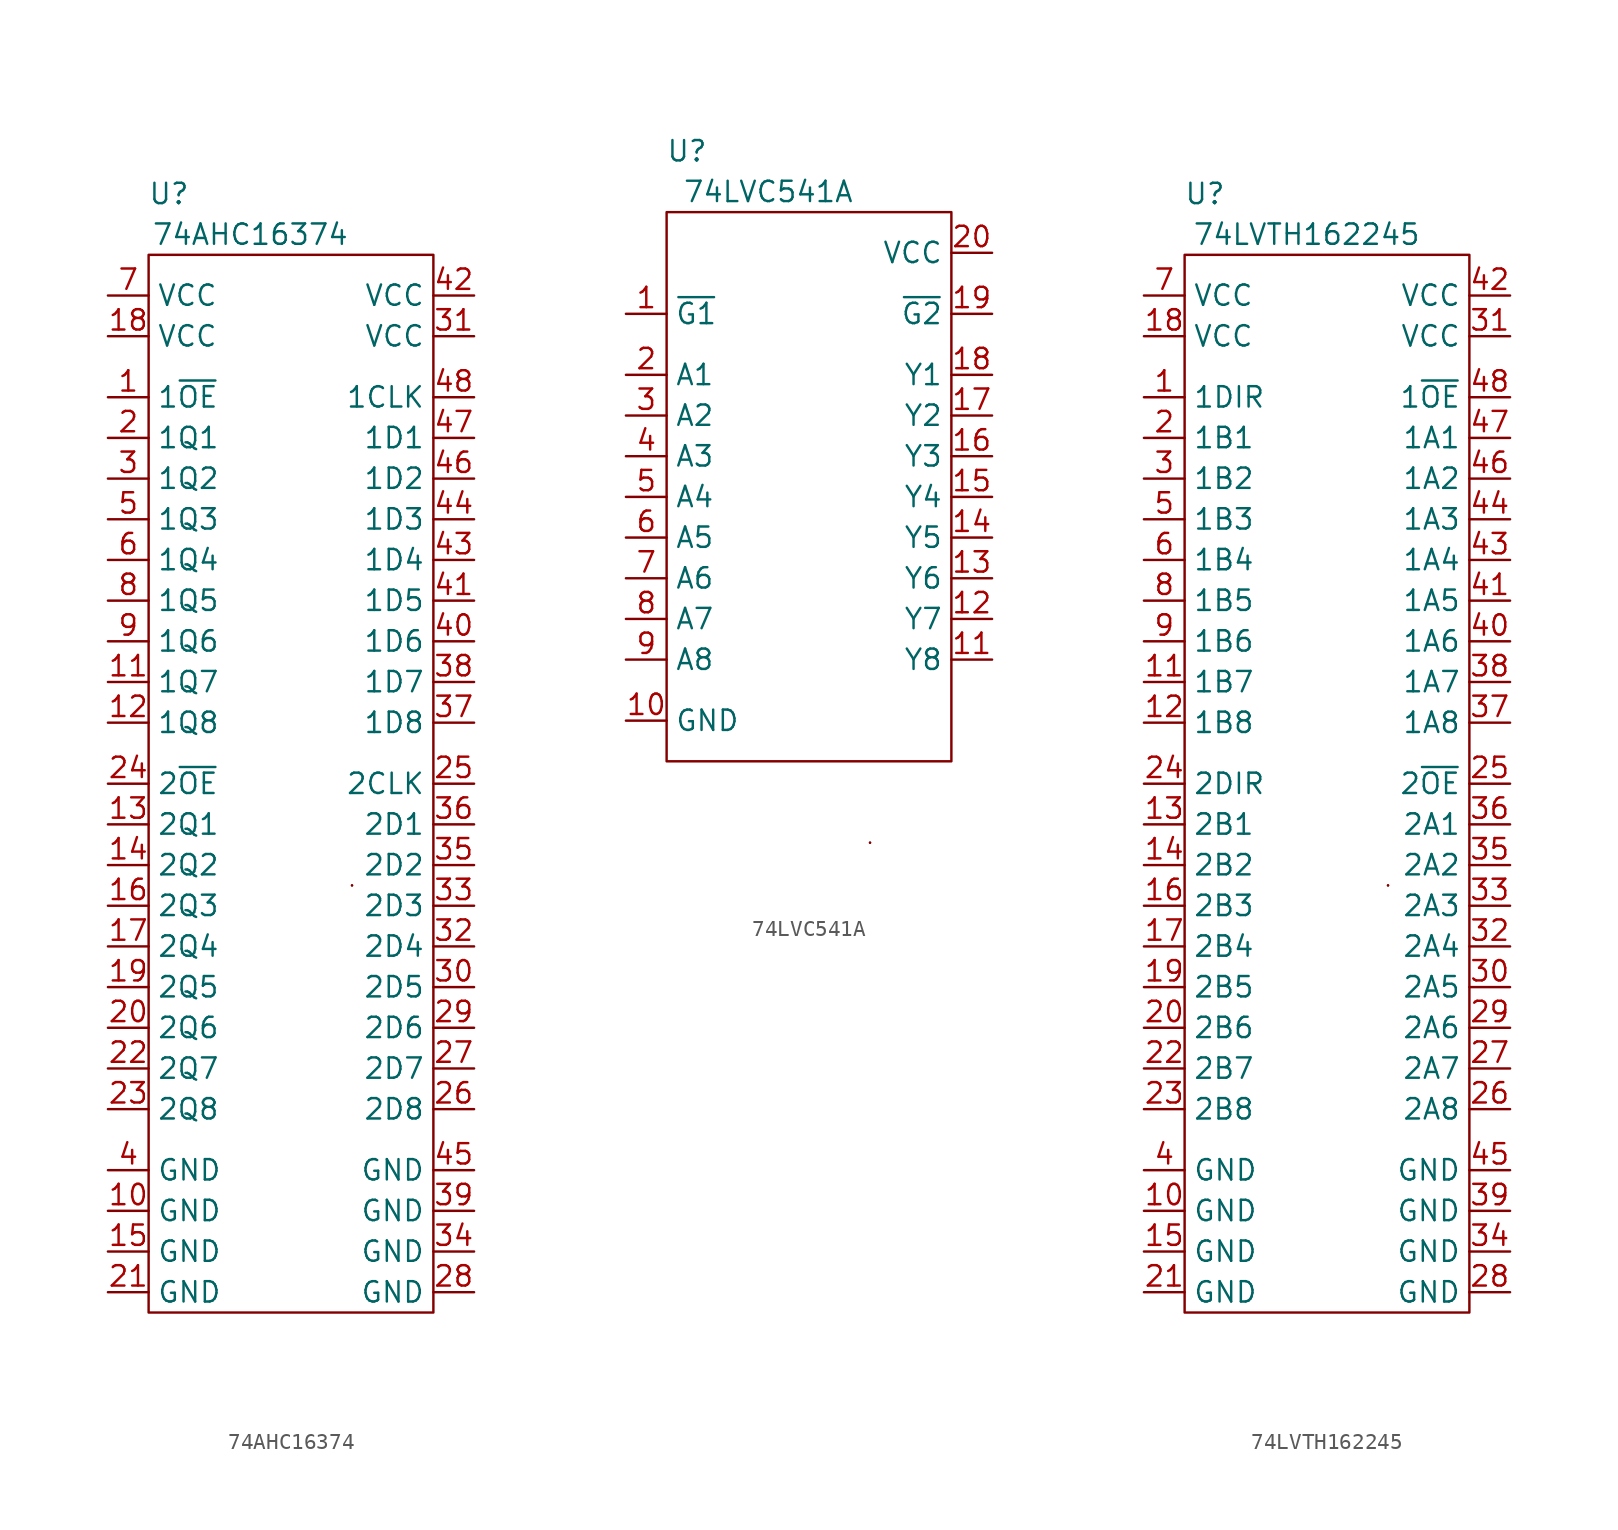
<source format=kicad_sym>
(kicad_symbol_lib
  (version 20211014)
  (generator kicad_symbol_editor)
  (symbol "74AHC16374"
    (property "Reference" "U"
      (at -7.62 5.08 0)
      (effects (font (size 1.27 1.27))))
    (property "Value" "74AHC16374"
      (at -2.54 2.54 0)
      (effects (font (size 1.27 1.27))))
    (symbol "74AHC16374_0_1"
      (rectangle (start -8.89 1.27) (end 8.89 -64.77) (stroke (width 0) (type default) (color 0 0 0 0)) (fill (type none)))
      (rectangle (start 3.81 -38.1) (end 3.81 -38.1) (stroke (width 0) (type default) (color 0 0 0 0)) (fill (type none)))
      (rectangle (start 3.81 -38.1) (end 3.81 -38.1) (stroke (width 0) (type default) (color 0 0 0 0)) (fill (type none))))
    (symbol "74AHC16374_1_1"
      (pin input line (at -11.43 -7.62 0) (length 2.54) (name "1~{OE}" (effects (font (size 1.27 1.27)))) (number "1" (effects (font (size 1.27 1.27)))))
      (pin power_in line (at -11.43 -58.42 0) (length 2.54) (name "GND" (effects (font (size 1.27 1.27)))) (number "10" (effects (font (size 1.27 1.27)))))
      (pin tri_state line (at -11.43 -25.4 0) (length 2.54) (name "1Q7" (effects (font (size 1.27 1.27)))) (number "11" (effects (font (size 1.27 1.27)))))
      (pin tri_state line (at -11.43 -27.94 0) (length 2.54) (name "1Q8" (effects (font (size 1.27 1.27)))) (number "12" (effects (font (size 1.27 1.27)))))
      (pin tri_state line (at -11.43 -34.29 0) (length 2.54) (name "2Q1" (effects (font (size 1.27 1.27)))) (number "13" (effects (font (size 1.27 1.27)))))
      (pin tri_state line (at -11.43 -36.83 0) (length 2.54) (name "2Q2" (effects (font (size 1.27 1.27)))) (number "14" (effects (font (size 1.27 1.27)))))
      (pin power_in line (at -11.43 -60.96 0) (length 2.54) (name "GND" (effects (font (size 1.27 1.27)))) (number "15" (effects (font (size 1.27 1.27)))))
      (pin tri_state line (at -11.43 -39.37 0) (length 2.54) (name "2Q3" (effects (font (size 1.27 1.27)))) (number "16" (effects (font (size 1.27 1.27)))))
      (pin tri_state line (at -11.43 -41.91 0) (length 2.54) (name "2Q4" (effects (font (size 1.27 1.27)))) (number "17" (effects (font (size 1.27 1.27)))))
      (pin power_in line (at -11.43 -3.81 0) (length 2.54) (name "VCC" (effects (font (size 1.27 1.27)))) (number "18" (effects (font (size 1.27 1.27)))))
      (pin tri_state line (at -11.43 -44.45 0) (length 2.54) (name "2Q5" (effects (font (size 1.27 1.27)))) (number "19" (effects (font (size 1.27 1.27)))))
      (pin tri_state line (at -11.43 -10.16 0) (length 2.54) (name "1Q1" (effects (font (size 1.27 1.27)))) (number "2" (effects (font (size 1.27 1.27)))))
      (pin tri_state line (at -11.43 -46.99 0) (length 2.54) (name "2Q6" (effects (font (size 1.27 1.27)))) (number "20" (effects (font (size 1.27 1.27)))))
      (pin power_in line (at -11.43 -63.5 0) (length 2.54) (name "GND" (effects (font (size 1.27 1.27)))) (number "21" (effects (font (size 1.27 1.27)))))
      (pin tri_state line (at -11.43 -49.53 0) (length 2.54) (name "2Q7" (effects (font (size 1.27 1.27)))) (number "22" (effects (font (size 1.27 1.27)))))
      (pin tri_state line (at -11.43 -52.07 0) (length 2.54) (name "2Q8" (effects (font (size 1.27 1.27)))) (number "23" (effects (font (size 1.27 1.27)))))
      (pin input line (at -11.43 -31.75 0) (length 2.54) (name "2~{OE}" (effects (font (size 1.27 1.27)))) (number "24" (effects (font (size 1.27 1.27)))))
      (pin input line (at 11.43 -31.75 180) (length 2.54) (name "2CLK" (effects (font (size 1.27 1.27)))) (number "25" (effects (font (size 1.27 1.27)))))
      (pin input line (at 11.43 -52.07 180) (length 2.54) (name "2D8" (effects (font (size 1.27 1.27)))) (number "26" (effects (font (size 1.27 1.27)))))
      (pin input line (at 11.43 -49.53 180) (length 2.54) (name "2D7" (effects (font (size 1.27 1.27)))) (number "27" (effects (font (size 1.27 1.27)))))
      (pin power_in line (at 11.43 -63.5 180) (length 2.54) (name "GND" (effects (font (size 1.27 1.27)))) (number "28" (effects (font (size 1.27 1.27)))))
      (pin input line (at 11.43 -46.99 180) (length 2.54) (name "2D6" (effects (font (size 1.27 1.27)))) (number "29" (effects (font (size 1.27 1.27)))))
      (pin tri_state line (at -11.43 -12.7 0) (length 2.54) (name "1Q2" (effects (font (size 1.27 1.27)))) (number "3" (effects (font (size 1.27 1.27)))))
      (pin input line (at 11.43 -44.45 180) (length 2.54) (name "2D5" (effects (font (size 1.27 1.27)))) (number "30" (effects (font (size 1.27 1.27)))))
      (pin power_in line (at 11.43 -3.81 180) (length 2.54) (name "VCC" (effects (font (size 1.27 1.27)))) (number "31" (effects (font (size 1.27 1.27)))))
      (pin input line (at 11.43 -41.91 180) (length 2.54) (name "2D4" (effects (font (size 1.27 1.27)))) (number "32" (effects (font (size 1.27 1.27)))))
      (pin input line (at 11.43 -39.37 180) (length 2.54) (name "2D3" (effects (font (size 1.27 1.27)))) (number "33" (effects (font (size 1.27 1.27)))))
      (pin power_in line (at 11.43 -60.96 180) (length 2.54) (name "GND" (effects (font (size 1.27 1.27)))) (number "34" (effects (font (size 1.27 1.27)))))
      (pin input line (at 11.43 -36.83 180) (length 2.54) (name "2D2" (effects (font (size 1.27 1.27)))) (number "35" (effects (font (size 1.27 1.27)))))
      (pin input line (at 11.43 -34.29 180) (length 2.54) (name "2D1" (effects (font (size 1.27 1.27)))) (number "36" (effects (font (size 1.27 1.27)))))
      (pin input line (at 11.43 -27.94 180) (length 2.54) (name "1D8" (effects (font (size 1.27 1.27)))) (number "37" (effects (font (size 1.27 1.27)))))
      (pin input line (at 11.43 -25.4 180) (length 2.54) (name "1D7" (effects (font (size 1.27 1.27)))) (number "38" (effects (font (size 1.27 1.27)))))
      (pin power_in line (at 11.43 -58.42 180) (length 2.54) (name "GND" (effects (font (size 1.27 1.27)))) (number "39" (effects (font (size 1.27 1.27)))))
      (pin power_in line (at -11.43 -55.88 0) (length 2.54) (name "GND" (effects (font (size 1.27 1.27)))) (number "4" (effects (font (size 1.27 1.27)))))
      (pin input line (at 11.43 -22.86 180) (length 2.54) (name "1D6" (effects (font (size 1.27 1.27)))) (number "40" (effects (font (size 1.27 1.27)))))
      (pin input line (at 11.43 -20.32 180) (length 2.54) (name "1D5" (effects (font (size 1.27 1.27)))) (number "41" (effects (font (size 1.27 1.27)))))
      (pin power_in line (at 11.43 -1.27 180) (length 2.54) (name "VCC" (effects (font (size 1.27 1.27)))) (number "42" (effects (font (size 1.27 1.27)))))
      (pin input line (at 11.43 -17.78 180) (length 2.54) (name "1D4" (effects (font (size 1.27 1.27)))) (number "43" (effects (font (size 1.27 1.27)))))
      (pin input line (at 11.43 -15.24 180) (length 2.54) (name "1D3" (effects (font (size 1.27 1.27)))) (number "44" (effects (font (size 1.27 1.27)))))
      (pin power_in line (at 11.43 -55.88 180) (length 2.54) (name "GND" (effects (font (size 1.27 1.27)))) (number "45" (effects (font (size 1.27 1.27)))))
      (pin input line (at 11.43 -12.7 180) (length 2.54) (name "1D2" (effects (font (size 1.27 1.27)))) (number "46" (effects (font (size 1.27 1.27)))))
      (pin input line (at 11.43 -10.16 180) (length 2.54) (name "1D1" (effects (font (size 1.27 1.27)))) (number "47" (effects (font (size 1.27 1.27)))))
      (pin input line (at 11.43 -7.62 180) (length 2.54) (name "1CLK" (effects (font (size 1.27 1.27)))) (number "48" (effects (font (size 1.27 1.27)))))
      (pin tri_state line (at -11.43 -15.24 0) (length 2.54) (name "1Q3" (effects (font (size 1.27 1.27)))) (number "5" (effects (font (size 1.27 1.27)))))
      (pin tri_state line (at -11.43 -17.78 0) (length 2.54) (name "1Q4" (effects (font (size 1.27 1.27)))) (number "6" (effects (font (size 1.27 1.27)))))
      (pin power_in line (at -11.43 -1.27 0) (length 2.54) (name "VCC" (effects (font (size 1.27 1.27)))) (number "7" (effects (font (size 1.27 1.27)))))
      (pin tri_state line (at -11.43 -20.32 0) (length 2.54) (name "1Q5" (effects (font (size 1.27 1.27)))) (number "8" (effects (font (size 1.27 1.27)))))
      (pin tri_state line (at -11.43 -22.86 0) (length 2.54) (name "1Q6" (effects (font (size 1.27 1.27)))) (number "9" (effects (font (size 1.27 1.27)))))))
  (symbol "74LVC541A"
    (property "Reference" "U"
      (at -7.62 5.08 0)
      (effects (font (size 1.27 1.27))))
    (property "Value" "74LVC541A"
      (at -2.54 2.54 0)
      (effects (font (size 1.27 1.27))))
    (symbol "74LVC541A_0_1"
      (rectangle (start -8.89 1.27) (end 8.89 -33.02) (stroke (width 0) (type default) (color 0 0 0 0)) (fill (type none)))
      (rectangle (start 3.81 -38.1) (end 3.81 -38.1) (stroke (width 0) (type default) (color 0 0 0 0)) (fill (type none)))
      (rectangle (start 3.81 -38.1) (end 3.81 -38.1) (stroke (width 0) (type default) (color 0 0 0 0)) (fill (type none))))
    (symbol "74LVC541A_1_1"
      (pin input line (at -11.43 -5.08 0) (length 2.54) (name "~{G1}" (effects (font (size 1.27 1.27)))) (number "1" (effects (font (size 1.27 1.27)))))
      (pin power_in line (at -11.43 -30.48 0) (length 2.54) (name "GND" (effects (font (size 1.27 1.27)))) (number "10" (effects (font (size 1.27 1.27)))))
      (pin tri_state line (at 11.43 -26.67 180) (length 2.54) (name "Y8" (effects (font (size 1.27 1.27)))) (number "11" (effects (font (size 1.27 1.27)))))
      (pin tri_state line (at 11.43 -24.13 180) (length 2.54) (name "Y7" (effects (font (size 1.27 1.27)))) (number "12" (effects (font (size 1.27 1.27)))))
      (pin tri_state line (at 11.43 -21.59 180) (length 2.54) (name "Y6" (effects (font (size 1.27 1.27)))) (number "13" (effects (font (size 1.27 1.27)))))
      (pin tri_state line (at 11.43 -19.05 180) (length 2.54) (name "Y5" (effects (font (size 1.27 1.27)))) (number "14" (effects (font (size 1.27 1.27)))))
      (pin tri_state line (at 11.43 -16.51 180) (length 2.54) (name "Y4" (effects (font (size 1.27 1.27)))) (number "15" (effects (font (size 1.27 1.27)))))
      (pin tri_state line (at 11.43 -13.97 180) (length 2.54) (name "Y3" (effects (font (size 1.27 1.27)))) (number "16" (effects (font (size 1.27 1.27)))))
      (pin tri_state line (at 11.43 -11.43 180) (length 2.54) (name "Y2" (effects (font (size 1.27 1.27)))) (number "17" (effects (font (size 1.27 1.27)))))
      (pin tri_state line (at 11.43 -8.89 180) (length 2.54) (name "Y1" (effects (font (size 1.27 1.27)))) (number "18" (effects (font (size 1.27 1.27)))))
      (pin input line (at 11.43 -5.08 180) (length 2.54) (name "~{G2}" (effects (font (size 1.27 1.27)))) (number "19" (effects (font (size 1.27 1.27)))))
      (pin input line (at -11.43 -8.89 0) (length 2.54) (name "A1" (effects (font (size 1.27 1.27)))) (number "2" (effects (font (size 1.27 1.27)))))
      (pin power_in line (at 11.43 -1.27 180) (length 2.54) (name "VCC" (effects (font (size 1.27 1.27)))) (number "20" (effects (font (size 1.27 1.27)))))
      (pin input line (at -11.43 -11.43 0) (length 2.54) (name "A2" (effects (font (size 1.27 1.27)))) (number "3" (effects (font (size 1.27 1.27)))))
      (pin input line (at -11.43 -13.97 0) (length 2.54) (name "A3" (effects (font (size 1.27 1.27)))) (number "4" (effects (font (size 1.27 1.27)))))
      (pin input line (at -11.43 -16.51 0) (length 2.54) (name "A4" (effects (font (size 1.27 1.27)))) (number "5" (effects (font (size 1.27 1.27)))))
      (pin input line (at -11.43 -19.05 0) (length 2.54) (name "A5" (effects (font (size 1.27 1.27)))) (number "6" (effects (font (size 1.27 1.27)))))
      (pin input line (at -11.43 -21.59 0) (length 2.54) (name "A6" (effects (font (size 1.27 1.27)))) (number "7" (effects (font (size 1.27 1.27)))))
      (pin input line (at -11.43 -24.13 0) (length 2.54) (name "A7" (effects (font (size 1.27 1.27)))) (number "8" (effects (font (size 1.27 1.27)))))
      (pin input line (at -11.43 -26.67 0) (length 2.54) (name "A8" (effects (font (size 1.27 1.27)))) (number "9" (effects (font (size 1.27 1.27)))))))
  (symbol "74LVTH162245"
    (property "Reference" "U"
      (at -7.62 5.08 0)
      (effects (font (size 1.27 1.27))))
    (property "Value" "74LVTH162245"
      (at -1.27 2.54 0)
      (effects (font (size 1.27 1.27))))
    (symbol "74LVTH162245_0_1"
      (rectangle (start -8.89 1.27) (end 8.89 -64.77) (stroke (width 0) (type default) (color 0 0 0 0)) (fill (type none)))
      (rectangle (start 3.81 -38.1) (end 3.81 -38.1) (stroke (width 0) (type default) (color 0 0 0 0)) (fill (type none)))
      (rectangle (start 3.81 -38.1) (end 3.81 -38.1) (stroke (width 0) (type default) (color 0 0 0 0)) (fill (type none))))
    (symbol "74LVTH162245_1_1"
      (pin input line (at -11.43 -7.62 0) (length 2.54) (name "1DIR" (effects (font (size 1.27 1.27)))) (number "1" (effects (font (size 1.27 1.27)))))
      (pin power_in line (at -11.43 -58.42 0) (length 2.54) (name "GND" (effects (font (size 1.27 1.27)))) (number "10" (effects (font (size 1.27 1.27)))))
      (pin bidirectional line (at -11.43 -25.4 0) (length 2.54) (name "1B7" (effects (font (size 1.27 1.27)))) (number "11" (effects (font (size 1.27 1.27)))))
      (pin bidirectional line (at -11.43 -27.94 0) (length 2.54) (name "1B8" (effects (font (size 1.27 1.27)))) (number "12" (effects (font (size 1.27 1.27)))))
      (pin bidirectional line (at -11.43 -34.29 0) (length 2.54) (name "2B1" (effects (font (size 1.27 1.27)))) (number "13" (effects (font (size 1.27 1.27)))))
      (pin bidirectional line (at -11.43 -36.83 0) (length 2.54) (name "2B2" (effects (font (size 1.27 1.27)))) (number "14" (effects (font (size 1.27 1.27)))))
      (pin power_in line (at -11.43 -60.96 0) (length 2.54) (name "GND" (effects (font (size 1.27 1.27)))) (number "15" (effects (font (size 1.27 1.27)))))
      (pin bidirectional line (at -11.43 -39.37 0) (length 2.54) (name "2B3" (effects (font (size 1.27 1.27)))) (number "16" (effects (font (size 1.27 1.27)))))
      (pin bidirectional line (at -11.43 -41.91 0) (length 2.54) (name "2B4" (effects (font (size 1.27 1.27)))) (number "17" (effects (font (size 1.27 1.27)))))
      (pin power_in line (at -11.43 -3.81 0) (length 2.54) (name "VCC" (effects (font (size 1.27 1.27)))) (number "18" (effects (font (size 1.27 1.27)))))
      (pin bidirectional line (at -11.43 -44.45 0) (length 2.54) (name "2B5" (effects (font (size 1.27 1.27)))) (number "19" (effects (font (size 1.27 1.27)))))
      (pin bidirectional line (at -11.43 -10.16 0) (length 2.54) (name "1B1" (effects (font (size 1.27 1.27)))) (number "2" (effects (font (size 1.27 1.27)))))
      (pin bidirectional line (at -11.43 -46.99 0) (length 2.54) (name "2B6" (effects (font (size 1.27 1.27)))) (number "20" (effects (font (size 1.27 1.27)))))
      (pin power_in line (at -11.43 -63.5 0) (length 2.54) (name "GND" (effects (font (size 1.27 1.27)))) (number "21" (effects (font (size 1.27 1.27)))))
      (pin bidirectional line (at -11.43 -49.53 0) (length 2.54) (name "2B7" (effects (font (size 1.27 1.27)))) (number "22" (effects (font (size 1.27 1.27)))))
      (pin bidirectional line (at -11.43 -52.07 0) (length 2.54) (name "2B8" (effects (font (size 1.27 1.27)))) (number "23" (effects (font (size 1.27 1.27)))))
      (pin input line (at -11.43 -31.75 0) (length 2.54) (name "2DIR" (effects (font (size 1.27 1.27)))) (number "24" (effects (font (size 1.27 1.27)))))
      (pin input line (at 11.43 -31.75 180) (length 2.54) (name "2~{OE}" (effects (font (size 1.27 1.27)))) (number "25" (effects (font (size 1.27 1.27)))))
      (pin bidirectional line (at 11.43 -52.07 180) (length 2.54) (name "2A8" (effects (font (size 1.27 1.27)))) (number "26" (effects (font (size 1.27 1.27)))))
      (pin bidirectional line (at 11.43 -49.53 180) (length 2.54) (name "2A7" (effects (font (size 1.27 1.27)))) (number "27" (effects (font (size 1.27 1.27)))))
      (pin power_in line (at 11.43 -63.5 180) (length 2.54) (name "GND" (effects (font (size 1.27 1.27)))) (number "28" (effects (font (size 1.27 1.27)))))
      (pin bidirectional line (at 11.43 -46.99 180) (length 2.54) (name "2A6" (effects (font (size 1.27 1.27)))) (number "29" (effects (font (size 1.27 1.27)))))
      (pin bidirectional line (at -11.43 -12.7 0) (length 2.54) (name "1B2" (effects (font (size 1.27 1.27)))) (number "3" (effects (font (size 1.27 1.27)))))
      (pin bidirectional line (at 11.43 -44.45 180) (length 2.54) (name "2A5" (effects (font (size 1.27 1.27)))) (number "30" (effects (font (size 1.27 1.27)))))
      (pin power_in line (at 11.43 -3.81 180) (length 2.54) (name "VCC" (effects (font (size 1.27 1.27)))) (number "31" (effects (font (size 1.27 1.27)))))
      (pin bidirectional line (at 11.43 -41.91 180) (length 2.54) (name "2A4" (effects (font (size 1.27 1.27)))) (number "32" (effects (font (size 1.27 1.27)))))
      (pin bidirectional line (at 11.43 -39.37 180) (length 2.54) (name "2A3" (effects (font (size 1.27 1.27)))) (number "33" (effects (font (size 1.27 1.27)))))
      (pin power_in line (at 11.43 -60.96 180) (length 2.54) (name "GND" (effects (font (size 1.27 1.27)))) (number "34" (effects (font (size 1.27 1.27)))))
      (pin bidirectional line (at 11.43 -36.83 180) (length 2.54) (name "2A2" (effects (font (size 1.27 1.27)))) (number "35" (effects (font (size 1.27 1.27)))))
      (pin bidirectional line (at 11.43 -34.29 180) (length 2.54) (name "2A1" (effects (font (size 1.27 1.27)))) (number "36" (effects (font (size 1.27 1.27)))))
      (pin bidirectional line (at 11.43 -27.94 180) (length 2.54) (name "1A8" (effects (font (size 1.27 1.27)))) (number "37" (effects (font (size 1.27 1.27)))))
      (pin bidirectional line (at 11.43 -25.4 180) (length 2.54) (name "1A7" (effects (font (size 1.27 1.27)))) (number "38" (effects (font (size 1.27 1.27)))))
      (pin power_in line (at 11.43 -58.42 180) (length 2.54) (name "GND" (effects (font (size 1.27 1.27)))) (number "39" (effects (font (size 1.27 1.27)))))
      (pin power_in line (at -11.43 -55.88 0) (length 2.54) (name "GND" (effects (font (size 1.27 1.27)))) (number "4" (effects (font (size 1.27 1.27)))))
      (pin bidirectional line (at 11.43 -22.86 180) (length 2.54) (name "1A6" (effects (font (size 1.27 1.27)))) (number "40" (effects (font (size 1.27 1.27)))))
      (pin bidirectional line (at 11.43 -20.32 180) (length 2.54) (name "1A5" (effects (font (size 1.27 1.27)))) (number "41" (effects (font (size 1.27 1.27)))))
      (pin power_in line (at 11.43 -1.27 180) (length 2.54) (name "VCC" (effects (font (size 1.27 1.27)))) (number "42" (effects (font (size 1.27 1.27)))))
      (pin bidirectional line (at 11.43 -17.78 180) (length 2.54) (name "1A4" (effects (font (size 1.27 1.27)))) (number "43" (effects (font (size 1.27 1.27)))))
      (pin bidirectional line (at 11.43 -15.24 180) (length 2.54) (name "1A3" (effects (font (size 1.27 1.27)))) (number "44" (effects (font (size 1.27 1.27)))))
      (pin power_in line (at 11.43 -55.88 180) (length 2.54) (name "GND" (effects (font (size 1.27 1.27)))) (number "45" (effects (font (size 1.27 1.27)))))
      (pin bidirectional line (at 11.43 -12.7 180) (length 2.54) (name "1A2" (effects (font (size 1.27 1.27)))) (number "46" (effects (font (size 1.27 1.27)))))
      (pin bidirectional line (at 11.43 -10.16 180) (length 2.54) (name "1A1" (effects (font (size 1.27 1.27)))) (number "47" (effects (font (size 1.27 1.27)))))
      (pin input line (at 11.43 -7.62 180) (length 2.54) (name "1~{OE}" (effects (font (size 1.27 1.27)))) (number "48" (effects (font (size 1.27 1.27)))))
      (pin bidirectional line (at -11.43 -15.24 0) (length 2.54) (name "1B3" (effects (font (size 1.27 1.27)))) (number "5" (effects (font (size 1.27 1.27)))))
      (pin bidirectional line (at -11.43 -17.78 0) (length 2.54) (name "1B4" (effects (font (size 1.27 1.27)))) (number "6" (effects (font (size 1.27 1.27)))))
      (pin power_in line (at -11.43 -1.27 0) (length 2.54) (name "VCC" (effects (font (size 1.27 1.27)))) (number "7" (effects (font (size 1.27 1.27)))))
      (pin bidirectional line (at -11.43 -20.32 0) (length 2.54) (name "1B5" (effects (font (size 1.27 1.27)))) (number "8" (effects (font (size 1.27 1.27)))))
      (pin bidirectional line (at -11.43 -22.86 0) (length 2.54) (name "1B6" (effects (font (size 1.27 1.27)))) (number "9" (effects (font (size 1.27 1.27))))))))
</source>
